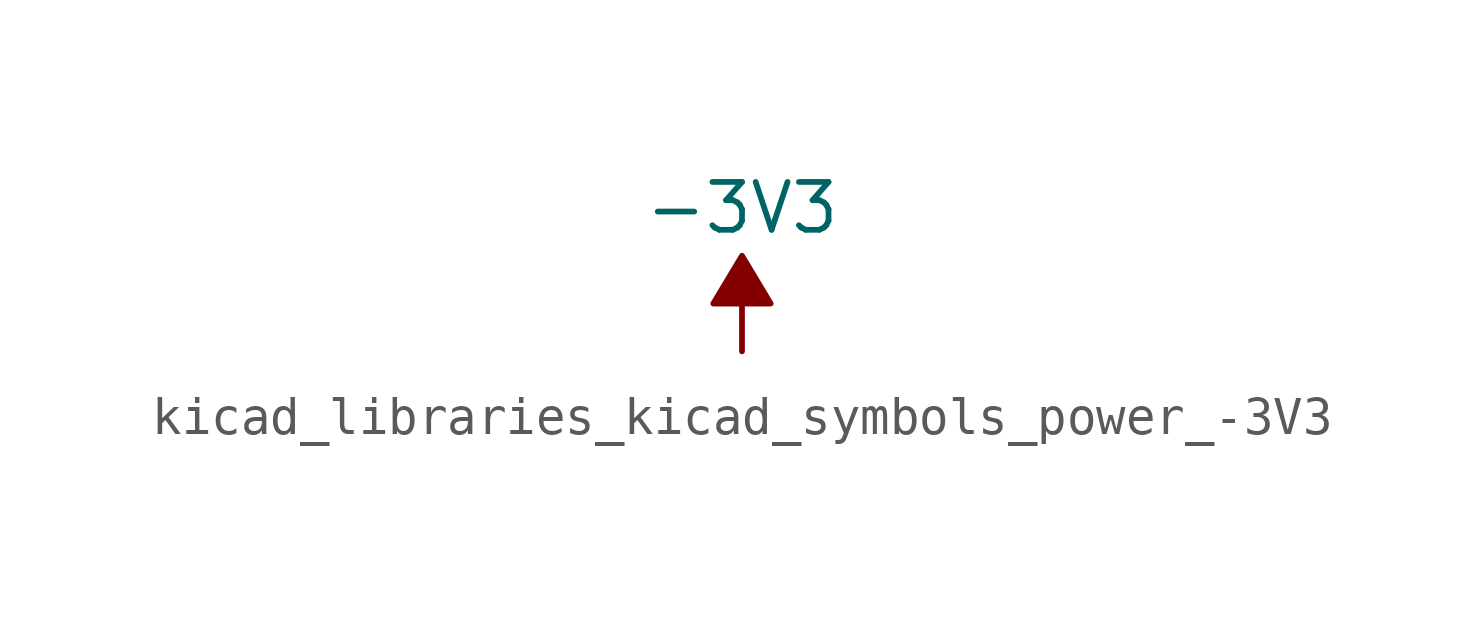
<source format=kicad_sym>
(kicad_symbol_lib
  (version 20220914)
  (generator kicad_symbol_editor)
  (symbol "kicad_libraries_kicad_symbols_power_-3V3"
    (power)
    (pin_names
      (offset 0))
    (property "Reference" "#PWR"
      (at 0 2.54 0)
      (effects (font (size 1.27 1.27)) hide))
    (property "Value" "-3V3"
      (at 0 3.81 0)
      (effects (font (size 1.27 1.27))))
    (symbol "kicad_libraries_kicad_symbols_power_-3V3_0_0"
      (pin power_in line (at 0 0 90) (length 0) hide (name "-3V3" (effects (font (size 1.27 1.27)))) (number "1" (effects (font (size 1.27 1.27))))))
    (symbol "kicad_libraries_kicad_symbols_power_-3V3_0_1"
      (polyline (pts (xy 0 0) (xy 0 1.27) (xy 0.762 1.27) (xy 0 2.54) (xy -0.762 1.27) (xy 0 1.27)) (stroke (width 0) (type default)) (fill (type outline))))))
</source>
